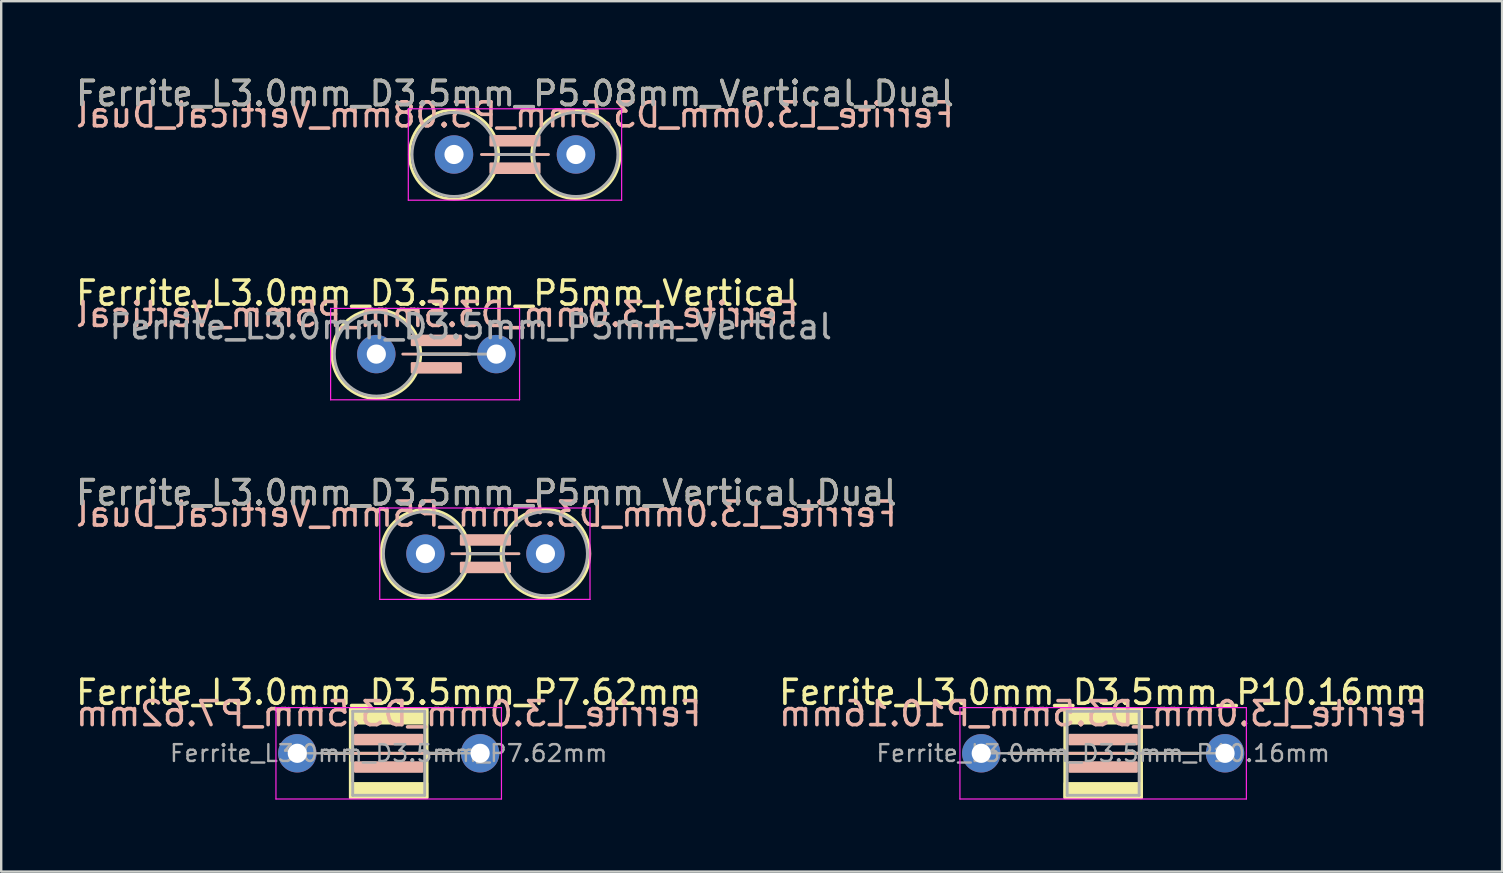
<source format=kicad_pcb>
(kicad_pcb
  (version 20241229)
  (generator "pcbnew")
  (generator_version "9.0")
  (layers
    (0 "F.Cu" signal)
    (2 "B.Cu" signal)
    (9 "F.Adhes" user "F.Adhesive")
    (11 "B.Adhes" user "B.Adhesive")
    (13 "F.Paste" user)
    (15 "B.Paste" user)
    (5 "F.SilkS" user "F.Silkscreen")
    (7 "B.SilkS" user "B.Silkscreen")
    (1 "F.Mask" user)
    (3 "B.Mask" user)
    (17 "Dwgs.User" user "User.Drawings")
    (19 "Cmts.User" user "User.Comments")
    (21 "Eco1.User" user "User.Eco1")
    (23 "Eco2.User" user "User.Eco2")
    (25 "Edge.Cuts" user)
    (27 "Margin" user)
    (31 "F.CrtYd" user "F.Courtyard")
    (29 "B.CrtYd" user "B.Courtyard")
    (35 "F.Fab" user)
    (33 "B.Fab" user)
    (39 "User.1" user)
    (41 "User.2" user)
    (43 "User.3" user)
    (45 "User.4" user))
  (footprint "Ferrite_L3.0mm_D3.5mm_P5mm_Vertical"
    (layer "F.Cu")
    (at 12.633 11.707)
    (property "Reference" "Ferrite_L3.0mm_D3.5mm_P5mm_Vertical" (at 2.54 -2.54 0) (layer "F.SilkS") (effects (font (size 1 1) (thickness 0.15))))
    (fp_line (start 1.85 0) (end 3.81 0) (stroke (width 0.12) (type solid)) (layer "F.SilkS"))
    (fp_circle (center 0 0) (end -1.85 0) (stroke (width 0.12) (type solid)) (fill no) (layer "F.SilkS"))
    (fp_line (start 3.897 0) (end 1.103 0) (stroke (width 0.12) (type solid)) (layer "B.SilkS"))
    (fp_rect (start 1.484 -0.762) (end 3.516 -0.381) (stroke (width 0.1) (type solid)) (fill yes) (layer "B.SilkS"))
    (fp_rect (start 1.484 0.381) (end 3.516 0.762) (stroke (width 0.1) (type solid)) (fill yes) (layer "B.SilkS"))
    (fp_line (start -1.905 -1.905) (end 5.969 -1.905) (stroke (width 0.05) (type solid)) (layer "F.CrtYd"))
    (fp_line (start -1.905 1.905) (end -1.905 -1.905) (stroke (width 0.05) (type solid)) (layer "F.CrtYd"))
    (fp_line (start 5.969 -1.905) (end 5.969 1.905) (stroke (width 0.05) (type solid)) (layer "F.CrtYd"))
    (fp_line (start 5.969 1.905) (end -1.905 1.905) (stroke (width 0.05) (type solid)) (layer "F.CrtYd"))
    (fp_line (start 1.75 0) (end 5 0) (stroke (width 0.12) (type solid)) (layer "F.Fab"))
    (fp_circle (center 0 0) (end -1.75 0) (stroke (width 0.12) (type solid)) (fill no) (layer "F.Fab"))
    (fp_text user "${REFERENCE}" (at 2.54 -1.651 0) (layer "B.SilkS") (effects (font (size 1 1) (thickness 0.15)) (justify mirror)))
    (fp_text user "${REFERENCE}" (at 3.937 -1.143 0) (layer "F.Fab") (effects (font (size 1 1) (thickness 0.15))))
    (pad "1" thru_hole circle (at 0 0) (size 1.6 1.6) (drill 0.8) (layers "*.Cu" "*.Mask"))
    (pad "2" thru_hole circle (at 5 0) (size 1.6 1.6) (drill 0.8) (layers "*.Cu" "*.Mask")))
  (footprint "Ferrite_L3.0mm_D3.5mm_P5.08mm_Vertical_Dual"
    (layer "F.Cu")
    (at 15.871 3.388)
    (property "Reference" "Ferrite_L3.0mm_D3.5mm_P5.08mm_Vertical_Dual" (at 2.54 -2.54 0) (layer "F.SilkS") (effects (font (size 1 1) (thickness 0.15))))
    (fp_line (start 1.86 0) (end 3.24 0) (stroke (width 0.12) (type solid)) (layer "F.SilkS"))
    (fp_circle (center 0 0) (end -1.86 0) (stroke (width 0.12) (type solid)) (fill no) (layer "F.SilkS"))
    (fp_circle (center 5.08 0) (end 3.24 0) (stroke (width 0.12) (type solid)) (fill no) (layer "F.SilkS"))
    (fp_line (start 3.937 0) (end 1.143 0) (stroke (width 0.12) (type solid)) (layer "B.SilkS"))
    (fp_rect (start 1.524 -0.762) (end 3.556 -0.381) (stroke (width 0.1) (type solid)) (fill yes) (layer "B.SilkS"))
    (fp_rect (start 1.524 0.381) (end 3.556 0.762) (stroke (width 0.1) (type solid)) (fill yes) (layer "B.SilkS"))
    (fp_line (start -1.905 -1.905) (end 6.985 -1.905) (stroke (width 0.05) (type solid)) (layer "F.CrtYd"))
    (fp_line (start -1.905 1.905) (end -1.905 -1.905) (stroke (width 0.05) (type solid)) (layer "F.CrtYd"))
    (fp_line (start 6.985 -1.905) (end 6.985 1.905) (stroke (width 0.05) (type solid)) (layer "F.CrtYd"))
    (fp_line (start 6.985 1.905) (end -1.905 1.905) (stroke (width 0.05) (type solid)) (layer "F.CrtYd"))
    (fp_line (start 1.75 0) (end 3.33 0) (stroke (width 0.12) (type solid)) (layer "F.Fab"))
    (fp_circle (center 0 0) (end -1.75 0) (stroke (width 0.12) (type solid)) (fill no) (layer "F.Fab"))
    (fp_circle (center 5.08 0) (end 3.33 0) (stroke (width 0.12) (type solid)) (fill no) (layer "F.Fab"))
    (fp_text user "${REFERENCE}" (at 2.54 -1.651 0) (layer "B.SilkS") (effects (font (size 1 1) (thickness 0.15)) (justify mirror)))
    (fp_text user "${REFERENCE}" (at 2.54 -2.539 0) (layer "F.Fab") (effects (font (size 1 1) (thickness 0.15))))
    (pad "1" thru_hole circle (at 0 0) (size 1.6 1.6) (drill 0.8) (layers "*.Cu" "*.Mask"))
    (pad "2" thru_hole circle (at 5.08 0) (size 1.6 1.6) (drill 0.8) (layers "*.Cu" "*.Mask")))
  (footprint "Ferrite_L3.0mm_D3.5mm_P7.62mm"
    (layer "F.Cu")
    (at 9.339 28.343)
    (property "Reference" "Ferrite_L3.0mm_D3.5mm_P7.62mm" (at 3.81 -2.54 0) (layer "F.SilkS") (effects (font (size 1 1) (thickness 0.15))))
    (fp_line (start 6.477 0) (end 1.143 0) (stroke (width 0.12) (type solid)) (layer "F.SilkS"))
    (fp_rect (start 2.21 -1.85) (end 5.41 1.85) (stroke (width 0.12) (type solid)) (fill no) (layer "F.SilkS"))
    (fp_poly (pts (xy 5.41 -1.25) (xy 2.21 -1.25) (xy 2.21 -1.85) (xy 5.41 -1.85)) (stroke (width 0.1) (type solid)) (fill yes) (layer "F.SilkS"))
    (fp_poly (pts (xy 5.41 1.85) (xy 2.21 1.85) (xy 2.21 1.25) (xy 5.41 1.25)) (stroke (width 0.1) (type solid)) (fill yes) (layer "F.SilkS"))
    (fp_line (start 1.143 0) (end 6.477 0) (stroke (width 0.12) (type solid)) (layer "B.SilkS"))
    (fp_rect (start 2.413 -0.762) (end 5.207 -0.381) (stroke (width 0.1) (type solid)) (fill yes) (layer "B.SilkS"))
    (fp_rect (start 2.413 0.381) (end 5.207 0.762) (stroke (width 0.1) (type solid)) (fill yes) (layer "B.SilkS"))
    (fp_line (start -0.889 -1.905) (end 8.509 -1.905) (stroke (width 0.05) (type solid)) (layer "F.CrtYd"))
    (fp_line (start -0.889 1.905) (end -0.889 -1.905) (stroke (width 0.05) (type solid)) (layer "F.CrtYd"))
    (fp_line (start 8.509 -1.905) (end 8.509 1.905) (stroke (width 0.05) (type solid)) (layer "F.CrtYd"))
    (fp_line (start 8.509 1.905) (end -0.889 1.905) (stroke (width 0.05) (type solid)) (layer "F.CrtYd"))
    (fp_line (start 0 0) (end 2.31 0) (stroke (width 0.1) (type solid)) (layer "F.Fab"))
    (fp_line (start 2.31 -1.75) (end 2.31 1.75) (stroke (width 0.12) (type solid)) (layer "F.Fab"))
    (fp_line (start 2.31 1.75) (end 5.31 1.75) (stroke (width 0.12) (type solid)) (layer "F.Fab"))
    (fp_line (start 5.31 -1.75) (end 2.31 -1.75) (stroke (width 0.12) (type solid)) (layer "F.Fab"))
    (fp_line (start 5.31 1.75) (end 5.31 -1.75) (stroke (width 0.12) (type solid)) (layer "F.Fab"))
    (fp_line (start 7.62 0) (end 5.31 0) (stroke (width 0.1) (type solid)) (layer "F.Fab"))
    (fp_text user "${REFERENCE}" (at 3.81 -1.651 0) (layer "B.SilkS") (effects (font (size 1 1) (thickness 0.15)) (justify mirror)))
    (fp_text user "${REFERENCE}" (at 3.81 0 0) (layer "F.Fab") (effects (font (size 0.7 0.7) (thickness 0.1))))
    (pad "1" thru_hole circle (at 0 0) (size 1.6 1.6) (drill 0.8) (layers "*.Cu" "*.Mask"))
    (pad "2" thru_hole circle (at 7.62 0) (size 1.6 1.6) (drill 0.8) (layers "*.Cu" "*.Mask")))
  (footprint "Ferrite_L3.0mm_D3.5mm_P5mm_Vertical_Dual"
    (layer "F.Cu")
    (at 14.68 20.025)
    (property "Reference" "Ferrite_L3.0mm_D3.5mm_P5mm_Vertical_Dual" (at 2.54 -2.54 0) (layer "F.SilkS") (effects (font (size 1 1) (thickness 0.15))))
    (fp_line (start 1.85 0) (end 3.15 0) (stroke (width 0.12) (type solid)) (layer "F.SilkS"))
    (fp_circle (center 0 0) (end -1.85 0) (stroke (width 0.12) (type solid)) (fill no) (layer "F.SilkS"))
    (fp_circle (center 5 0) (end 3.15 0) (stroke (width 0.12) (type solid)) (fill no) (layer "F.SilkS"))
    (fp_line (start 3.897 0) (end 1.103 0) (stroke (width 0.12) (type solid)) (layer "B.SilkS"))
    (fp_rect (start 1.484 -0.762) (end 3.516 -0.381) (stroke (width 0.1) (type solid)) (fill yes) (layer "B.SilkS"))
    (fp_rect (start 1.484 0.381) (end 3.516 0.762) (stroke (width 0.1) (type solid)) (fill yes) (layer "B.SilkS"))
    (fp_line (start -1.905 -1.905) (end 6.858 -1.905) (stroke (width 0.05) (type solid)) (layer "F.CrtYd"))
    (fp_line (start -1.905 1.905) (end -1.905 -1.905) (stroke (width 0.05) (type solid)) (layer "F.CrtYd"))
    (fp_line (start 6.858 -1.905) (end 6.858 1.905) (stroke (width 0.05) (type solid)) (layer "F.CrtYd"))
    (fp_line (start 6.858 1.905) (end -1.905 1.905) (stroke (width 0.05) (type solid)) (layer "F.CrtYd"))
    (fp_line (start 1.75 0) (end 3.25 0) (stroke (width 0.12) (type solid)) (layer "F.Fab"))
    (fp_circle (center 0 0) (end -1.75 0) (stroke (width 0.12) (type solid)) (fill no) (layer "F.Fab"))
    (fp_circle (center 5 0) (end 3.25 0) (stroke (width 0.12) (type solid)) (fill no) (layer "F.Fab"))
    (fp_text user "${REFERENCE}" (at 2.54 -1.651 0) (layer "B.SilkS") (effects (font (size 1 1) (thickness 0.15)) (justify mirror)))
    (fp_text user "${REFERENCE}" (at 2.54 -2.539 0) (layer "F.Fab") (effects (font (size 1 1) (thickness 0.15))))
    (pad "1" thru_hole circle (at 0 0) (size 1.6 1.6) (drill 0.8) (layers "*.Cu" "*.Mask"))
    (pad "2" thru_hole circle (at 5 0) (size 1.6 1.6) (drill 0.8) (layers "*.Cu" "*.Mask")))
  (footprint "Ferrite_L3.0mm_D3.5mm_P10.16mm"
    (layer "F.Cu")
    (at 37.843 28.343)
    (property "Reference" "Ferrite_L3.0mm_D3.5mm_P10.16mm" (at 5.08 -2.54 0) (layer "F.SilkS") (effects (font (size 1 1) (thickness 0.15))))
    (fp_line (start 9.017 0) (end 1.143 0) (stroke (width 0.12) (type solid)) (layer "F.SilkS"))
    (fp_rect (start 3.48 -1.85) (end 6.68 1.85) (stroke (width 0.12) (type solid)) (fill no) (layer "F.SilkS"))
    (fp_poly (pts (xy 6.68 -1.25) (xy 3.48 -1.25) (xy 3.48 -1.85) (xy 6.68 -1.85)) (stroke (width 0.1) (type solid)) (fill yes) (layer "F.SilkS"))
    (fp_poly (pts (xy 6.68 1.85) (xy 3.48 1.85) (xy 3.48 1.25) (xy 6.68 1.25)) (stroke (width 0.1) (type solid)) (fill yes) (layer "F.SilkS"))
    (fp_line (start 1.143 0) (end 9.017 0) (stroke (width 0.12) (type solid)) (layer "B.SilkS"))
    (fp_rect (start 3.683 -0.762) (end 6.477 -0.381) (stroke (width 0.1) (type solid)) (fill yes) (layer "B.SilkS"))
    (fp_rect (start 3.683 0.381) (end 6.477 0.762) (stroke (width 0.1) (type solid)) (fill yes) (layer "B.SilkS"))
    (fp_line (start -0.889 -1.905) (end 11.049 -1.905) (stroke (width 0.05) (type solid)) (layer "F.CrtYd"))
    (fp_line (start -0.889 1.905) (end -0.889 -1.905) (stroke (width 0.05) (type solid)) (layer "F.CrtYd"))
    (fp_line (start 11.049 -1.905) (end 11.049 1.905) (stroke (width 0.05) (type solid)) (layer "F.CrtYd"))
    (fp_line (start 11.049 1.905) (end -0.889 1.905) (stroke (width 0.05) (type solid)) (layer "F.CrtYd"))
    (fp_line (start 0 0) (end 3.429 0) (stroke (width 0.1) (type solid)) (layer "F.Fab"))
    (fp_line (start 3.429 0) (end 3.58 0) (stroke (width 0.1) (type solid)) (layer "F.Fab"))
    (fp_line (start 3.58 -1.75) (end 3.58 1.75) (stroke (width 0.12) (type solid)) (layer "F.Fab"))
    (fp_line (start 3.58 1.75) (end 6.58 1.75) (stroke (width 0.12) (type solid)) (layer "F.Fab"))
    (fp_line (start 6.58 -1.75) (end 3.58 -1.75) (stroke (width 0.12) (type solid)) (layer "F.Fab"))
    (fp_line (start 6.58 1.75) (end 6.58 -1.75) (stroke (width 0.12) (type solid)) (layer "F.Fab"))
    (fp_line (start 10.16 0) (end 6.58 0) (stroke (width 0.1) (type solid)) (layer "F.Fab"))
    (fp_text user "${REFERENCE}" (at 5.08 -1.651 0) (layer "B.SilkS") (effects (font (size 1 1) (thickness 0.15)) (justify mirror)))
    (fp_text user "${REFERENCE}" (at 5.08 0 0) (layer "F.Fab") (effects (font (size 0.7 0.7) (thickness 0.1))))
    (pad "1" thru_hole circle (at 0 0) (size 1.6 1.6) (drill 0.8) (layers "*.Cu" "*.Mask"))
    (pad "2" thru_hole circle (at 10.16 0) (size 1.6 1.6) (drill 0.8) (layers "*.Cu" "*.Mask")))
  (gr_rect
    (start -3 -3)
    (end 59.548 33.273)
    (stroke (width 0.1) (type default))
    (fill no)
    (layer "Edge.Cuts")))
</source>
